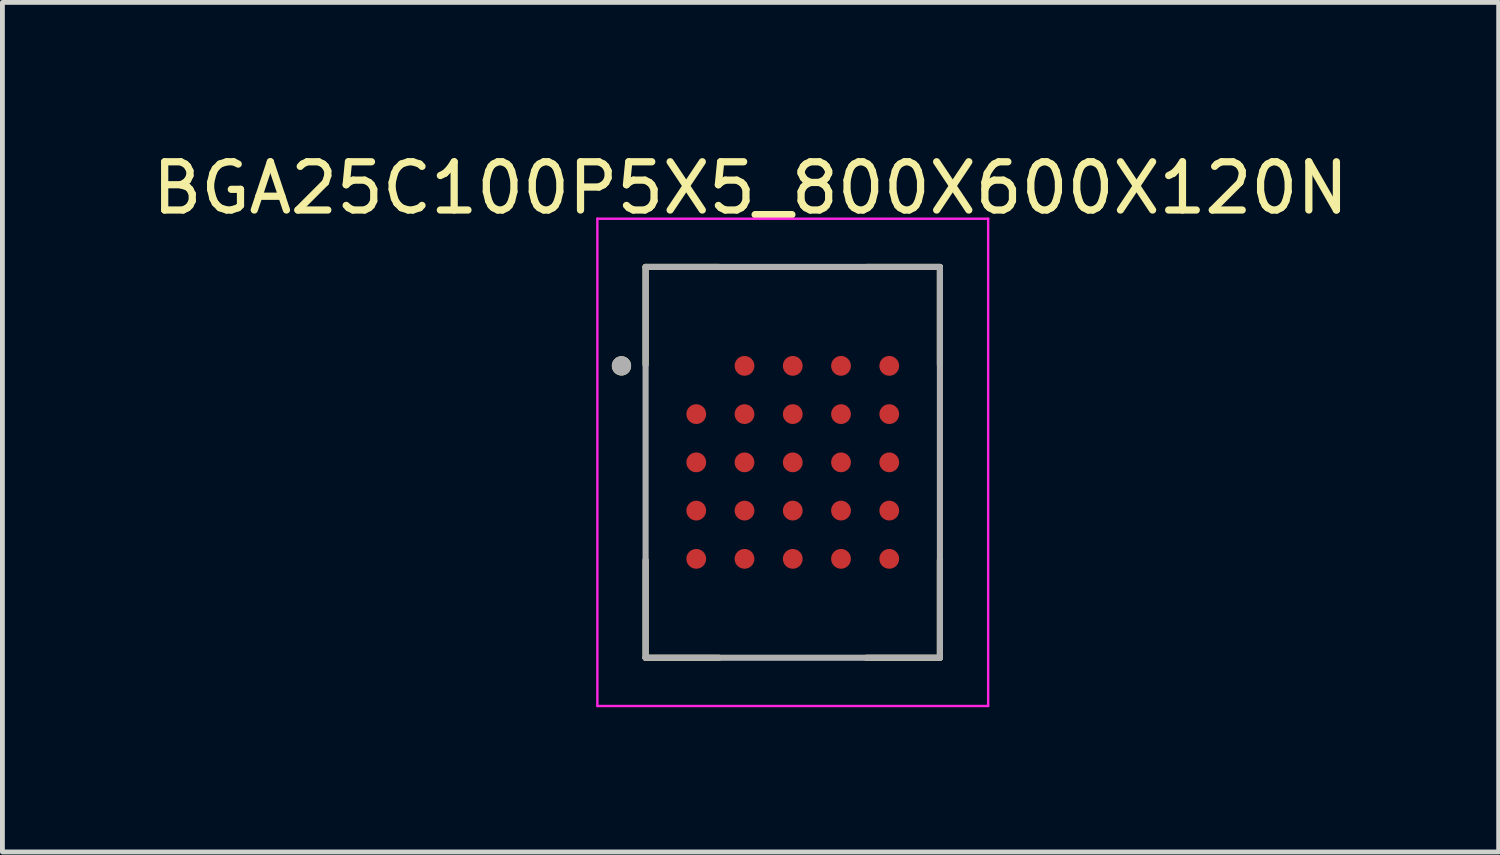
<source format=kicad_pcb>
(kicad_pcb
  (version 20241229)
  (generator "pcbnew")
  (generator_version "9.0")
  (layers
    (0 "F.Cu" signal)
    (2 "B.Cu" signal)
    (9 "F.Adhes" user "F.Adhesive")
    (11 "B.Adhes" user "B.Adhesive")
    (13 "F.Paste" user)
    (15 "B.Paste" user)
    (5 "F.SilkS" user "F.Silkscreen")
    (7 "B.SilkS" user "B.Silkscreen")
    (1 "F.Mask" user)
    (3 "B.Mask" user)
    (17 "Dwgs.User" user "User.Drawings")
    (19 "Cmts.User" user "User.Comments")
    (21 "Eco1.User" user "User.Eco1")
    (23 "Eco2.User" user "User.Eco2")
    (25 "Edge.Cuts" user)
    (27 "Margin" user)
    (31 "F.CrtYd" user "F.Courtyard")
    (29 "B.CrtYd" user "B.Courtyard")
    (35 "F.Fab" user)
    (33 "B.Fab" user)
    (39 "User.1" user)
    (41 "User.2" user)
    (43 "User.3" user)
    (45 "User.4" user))
  (footprint "BGA25C100P5X5_800X600X120N"
    (layer "F.Cu")
    (at 13.381 6.533)
    (property "Reference" "BGA25C100P5X5_800X600X120N" (at -0.875 -5.685 0) (layer "F.SilkS") (effects (font (size 1 1) (thickness 0.15))))
    (attr smd)
    (fp_line (start -3.05 -4.05) (end -3.05 -2.025) (stroke (width 0.127) (type solid)) (layer "F.SilkS"))
    (fp_line (start -3.05 -4.05) (end -1.525 -4.05) (stroke (width 0.127) (type solid)) (layer "F.SilkS"))
    (fp_line (start -3.05 4.05) (end -3.05 2.025) (stroke (width 0.127) (type solid)) (layer "F.SilkS"))
    (fp_line (start -3.05 4.05) (end -1.525 4.05) (stroke (width 0.127) (type solid)) (layer "F.SilkS"))
    (fp_line (start 3.05 -4.05) (end 1.525 -4.05) (stroke (width 0.127) (type solid)) (layer "F.SilkS"))
    (fp_line (start 3.05 -4.05) (end 3.05 -2.025) (stroke (width 0.127) (type solid)) (layer "F.SilkS"))
    (fp_line (start 3.05 4.05) (end 1.525 4.05) (stroke (width 0.127) (type solid)) (layer "F.SilkS"))
    (fp_line (start 3.05 4.05) (end 3.05 2.025) (stroke (width 0.127) (type solid)) (layer "F.SilkS"))
    (fp_circle (center -3.55 -2) (end -3.45 -2) (stroke (width 0.2) (type solid)) (fill no) (layer "F.SilkS"))
    (fp_line (start -4.05 -5.05) (end 4.05 -5.05) (stroke (width 0.05) (type solid)) (layer "F.CrtYd"))
    (fp_line (start -4.05 5.05) (end -4.05 -5.05) (stroke (width 0.05) (type solid)) (layer "F.CrtYd"))
    (fp_line (start -4.05 5.05) (end 4.05 5.05) (stroke (width 0.05) (type solid)) (layer "F.CrtYd"))
    (fp_line (start 4.05 5.05) (end 4.05 -5.05) (stroke (width 0.05) (type solid)) (layer "F.CrtYd"))
    (fp_line (start -3.05 4.05) (end -3.05 -4.05) (stroke (width 0.127) (type solid)) (layer "F.Fab"))
    (fp_line (start 3.05 -4.05) (end -3.05 -4.05) (stroke (width 0.127) (type solid)) (layer "F.Fab"))
    (fp_line (start 3.05 4.05) (end -3.05 4.05) (stroke (width 0.127) (type solid)) (layer "F.Fab"))
    (fp_line (start 3.05 4.05) (end 3.05 -4.05) (stroke (width 0.127) (type solid)) (layer "F.Fab"))
    (fp_circle (center -3.55 -2) (end -3.45 -2) (stroke (width 0.2) (type solid)) (fill no) (layer "F.Fab"))
    (pad "A2" smd circle (at -1 -2) (size 0.41 0.41) (layers "F.Cu" "F.Mask" "F.Paste"))
    (pad "A3" smd circle (at 0 -2) (size 0.41 0.41) (layers "F.Cu" "F.Mask" "F.Paste"))
    (pad "A4" smd circle (at 1 -2) (size 0.41 0.41) (layers "F.Cu" "F.Mask" "F.Paste"))
    (pad "A5" smd circle (at 2 -2) (size 0.41 0.41) (layers "F.Cu" "F.Mask" "F.Paste"))
    (pad "B1" smd circle (at -2 -1) (size 0.41 0.41) (layers "F.Cu" "F.Mask" "F.Paste"))
    (pad "B2" smd circle (at -1 -1) (size 0.41 0.41) (layers "F.Cu" "F.Mask" "F.Paste"))
    (pad "B3" smd circle (at 0 -1) (size 0.41 0.41) (layers "F.Cu" "F.Mask" "F.Paste"))
    (pad "B4" smd circle (at 1 -1) (size 0.41 0.41) (layers "F.Cu" "F.Mask" "F.Paste"))
    (pad "B5" smd circle (at 2 -1) (size 0.41 0.41) (layers "F.Cu" "F.Mask" "F.Paste"))
    (pad "C1" smd circle (at -2 0) (size 0.41 0.41) (layers "F.Cu" "F.Mask" "F.Paste"))
    (pad "C2" smd circle (at -1 0) (size 0.41 0.41) (layers "F.Cu" "F.Mask" "F.Paste"))
    (pad "C3" smd circle (at 0 0) (size 0.41 0.41) (layers "F.Cu" "F.Mask" "F.Paste"))
    (pad "C4" smd circle (at 1 0) (size 0.41 0.41) (layers "F.Cu" "F.Mask" "F.Paste"))
    (pad "C5" smd circle (at 2 0) (size 0.41 0.41) (layers "F.Cu" "F.Mask" "F.Paste"))
    (pad "D1" smd circle (at -2 1) (size 0.41 0.41) (layers "F.Cu" "F.Mask" "F.Paste"))
    (pad "D2" smd circle (at -1 1) (size 0.41 0.41) (layers "F.Cu" "F.Mask" "F.Paste"))
    (pad "D3" smd circle (at 0 1) (size 0.41 0.41) (layers "F.Cu" "F.Mask" "F.Paste"))
    (pad "D4" smd circle (at 1 1) (size 0.41 0.41) (layers "F.Cu" "F.Mask" "F.Paste"))
    (pad "D5" smd circle (at 2 1) (size 0.41 0.41) (layers "F.Cu" "F.Mask" "F.Paste"))
    (pad "E1" smd circle (at -2 2) (size 0.41 0.41) (layers "F.Cu" "F.Mask" "F.Paste"))
    (pad "E2" smd circle (at -1 2) (size 0.41 0.41) (layers "F.Cu" "F.Mask" "F.Paste"))
    (pad "E3" smd circle (at 0 2) (size 0.41 0.41) (layers "F.Cu" "F.Mask" "F.Paste"))
    (pad "E4" smd circle (at 1 2) (size 0.41 0.41) (layers "F.Cu" "F.Mask" "F.Paste"))
    (pad "E5" smd circle (at 2 2) (size 0.41 0.41) (layers "F.Cu" "F.Mask" "F.Paste")))
  (gr_rect
    (start -3 -3)
    (end 28.012 14.608)
    (stroke (width 0.1) (type default))
    (fill no)
    (layer "Edge.Cuts")))
</source>
